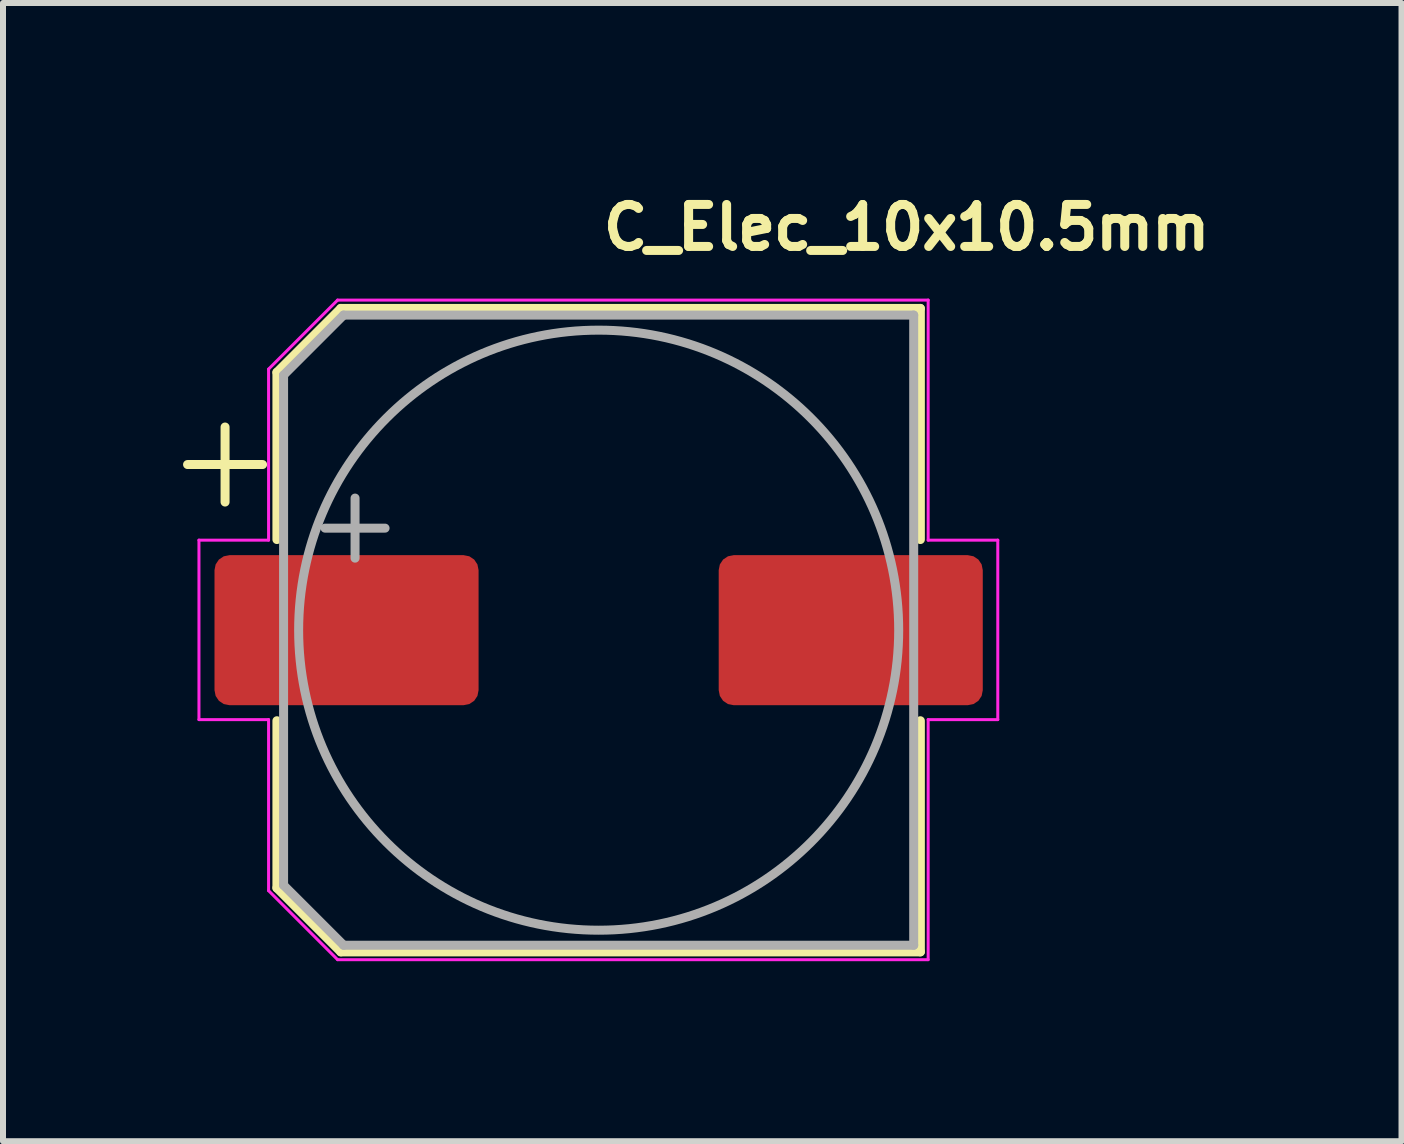
<source format=kicad_pcb>
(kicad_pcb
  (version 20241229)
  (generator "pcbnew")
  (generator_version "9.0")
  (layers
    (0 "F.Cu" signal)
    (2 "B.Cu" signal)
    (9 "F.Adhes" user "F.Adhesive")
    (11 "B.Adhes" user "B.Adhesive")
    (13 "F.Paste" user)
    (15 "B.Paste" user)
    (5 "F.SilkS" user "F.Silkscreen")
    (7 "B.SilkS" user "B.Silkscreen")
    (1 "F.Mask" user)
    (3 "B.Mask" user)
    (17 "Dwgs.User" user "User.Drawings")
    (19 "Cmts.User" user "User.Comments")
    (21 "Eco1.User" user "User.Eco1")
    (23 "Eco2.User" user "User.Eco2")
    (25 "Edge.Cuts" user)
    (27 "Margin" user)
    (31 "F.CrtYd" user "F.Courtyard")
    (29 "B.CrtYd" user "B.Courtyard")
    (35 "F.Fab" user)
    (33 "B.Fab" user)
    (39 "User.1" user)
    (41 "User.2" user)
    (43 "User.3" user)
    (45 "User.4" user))
  (footprint "C_Elec_10x10.5mm"
    (layer "F.Cu")
    (at 6.925 7.45)
    (property "Reference" "C_Elec_10x10.5mm" (at 0 -6.3 0) (layer "F.SilkS") (effects (font (size 0.7 0.7) (thickness 0.15)) (justify left bottom)))
    (attr smd)
    (fp_line (start -6.85 -2.76) (end -5.6 -2.76) (stroke (width 0.15) (type solid)) (layer "F.SilkS"))
    (fp_line (start -6.225 -3.385) (end -6.225 -2.135) (stroke (width 0.15) (type solid)) (layer "F.SilkS"))
    (fp_line (start -5.361 -4.296) (end -5.361 -1.51) (stroke (width 0.15) (type solid)) (layer "F.SilkS"))
    (fp_line (start -5.361 -4.296) (end -4.296 -5.361) (stroke (width 0.15) (type solid)) (layer "F.SilkS"))
    (fp_line (start -5.361 4.295) (end -5.361 1.509) (stroke (width 0.15) (type solid)) (layer "F.SilkS"))
    (fp_line (start -5.361 4.295) (end -4.296 5.36) (stroke (width 0.15) (type solid)) (layer "F.SilkS"))
    (fp_line (start -4.296 -5.361) (end 5.36 -5.361) (stroke (width 0.15) (type solid)) (layer "F.SilkS"))
    (fp_line (start -4.296 5.36) (end 5.36 5.36) (stroke (width 0.15) (type solid)) (layer "F.SilkS"))
    (fp_line (start 5.36 -5.361) (end 5.36 -1.51) (stroke (width 0.15) (type solid)) (layer "F.SilkS"))
    (fp_line (start 5.36 5.36) (end 5.36 1.509) (stroke (width 0.15) (type solid)) (layer "F.SilkS"))
    (fp_line (start -6.66 -1.5) (end -6.66 1.49) (stroke (width 0.05) (type solid)) (layer "F.CrtYd"))
    (fp_line (start -6.66 1.49) (end -5.5 1.49) (stroke (width 0.05) (type solid)) (layer "F.CrtYd"))
    (fp_line (start -5.5 -4.35) (end -5.5 -1.5) (stroke (width 0.05) (type solid)) (layer "F.CrtYd"))
    (fp_line (start -5.5 -4.35) (end -4.35 -5.5) (stroke (width 0.05) (type solid)) (layer "F.CrtYd"))
    (fp_line (start -5.5 -1.5) (end -6.66 -1.5) (stroke (width 0.05) (type solid)) (layer "F.CrtYd"))
    (fp_line (start -5.5 1.49) (end -5.5 4.34) (stroke (width 0.05) (type solid)) (layer "F.CrtYd"))
    (fp_line (start -5.5 4.34) (end -4.35 5.49) (stroke (width 0.05) (type solid)) (layer "F.CrtYd"))
    (fp_line (start -4.35 -5.5) (end 5.49 -5.5) (stroke (width 0.05) (type solid)) (layer "F.CrtYd"))
    (fp_line (start -4.35 5.49) (end 5.49 5.49) (stroke (width 0.05) (type solid)) (layer "F.CrtYd"))
    (fp_line (start 5.49 -5.5) (end 5.49 -1.5) (stroke (width 0.05) (type solid)) (layer "F.CrtYd"))
    (fp_line (start 5.49 -1.5) (end 6.65 -1.5) (stroke (width 0.05) (type solid)) (layer "F.CrtYd"))
    (fp_line (start 5.49 1.49) (end 5.49 5.49) (stroke (width 0.05) (type solid)) (layer "F.CrtYd"))
    (fp_line (start 6.65 -1.5) (end 6.65 1.49) (stroke (width 0.05) (type solid)) (layer "F.CrtYd"))
    (fp_line (start 6.65 1.49) (end 5.49 1.49) (stroke (width 0.05) (type solid)) (layer "F.CrtYd"))
    (fp_line (start -5.25 -4.25) (end -5.25 4.249) (stroke (width 0.15) (type solid)) (layer "F.Fab"))
    (fp_line (start -5.25 -4.25) (end -4.25 -5.25) (stroke (width 0.15) (type solid)) (layer "F.Fab"))
    (fp_line (start -5.25 4.249) (end -4.25 5.249) (stroke (width 0.15) (type solid)) (layer "F.Fab"))
    (fp_line (start -4.559 -1.7) (end -3.559 -1.7) (stroke (width 0.15) (type solid)) (layer "F.Fab"))
    (fp_line (start -4.25 -5.25) (end 5.249 -5.25) (stroke (width 0.15) (type solid)) (layer "F.Fab"))
    (fp_line (start -4.25 5.249) (end 5.249 5.249) (stroke (width 0.15) (type solid)) (layer "F.Fab"))
    (fp_line (start -4.059 -2.201) (end -4.059 -1.2) (stroke (width 0.15) (type solid)) (layer "F.Fab"))
    (fp_line (start 5.249 -5.25) (end 5.249 5.249) (stroke (width 0.15) (type solid)) (layer "F.Fab"))
    (fp_circle (center 0 0) (end 4.999 0) (stroke (width 0.15) (type solid)) (fill no) (layer "F.Fab"))
    (fp_line (start -6 -0.45) (end -6 0.45) (stroke (width 0.01) (type solid)) (layer "User.9"))
    (fp_line (start -6 0.45) (end -5.15 0.45) (stroke (width 0.01) (type solid)) (layer "User.9"))
    (fp_line (start -5.15 -4.15) (end -5.15 -0.719) (stroke (width 0.01) (type solid)) (layer "User.9"))
    (fp_line (start -5.15 -0.719) (end -5.15 0.719) (stroke (width 0.01) (type solid)) (layer "User.9"))
    (fp_line (start -5.15 -0.719) (end -5.116 -0.934) (stroke (width 0.01) (type solid)) (layer "User.9"))
    (fp_line (start -5.15 -0.45) (end -6 -0.45) (stroke (width 0.01) (type solid)) (layer "User.9"))
    (fp_line (start -5.15 0.719) (end -5.15 4.15) (stroke (width 0.01) (type solid)) (layer "User.9"))
    (fp_line (start -5.15 4.15) (end -4.15 5.15) (stroke (width 0.01) (type solid)) (layer "User.9"))
    (fp_line (start -5.116 -0.934) (end -5.073 -1.145) (stroke (width 0.01) (type solid)) (layer "User.9"))
    (fp_line (start -5.116 0.934) (end -5.15 0.719) (stroke (width 0.01) (type solid)) (layer "User.9"))
    (fp_line (start -5.073 -1.145) (end -5.021 -1.353) (stroke (width 0.01) (type solid)) (layer "User.9"))
    (fp_line (start -5.073 1.145) (end -5.116 0.934) (stroke (width 0.01) (type solid)) (layer "User.9"))
    (fp_line (start -5.021 -1.353) (end -4.962 -1.557) (stroke (width 0.01) (type solid)) (layer "User.9"))
    (fp_line (start -5.021 1.353) (end -5.073 1.145) (stroke (width 0.01) (type solid)) (layer "User.9"))
    (fp_line (start -5 0) (end -4.991 -0.297) (stroke (width 0.01) (type solid)) (layer "User.9"))
    (fp_line (start -4.998 0.148) (end -5 0) (stroke (width 0.01) (type solid)) (layer "User.9"))
    (fp_line (start -4.991 0.296) (end -4.998 0.148) (stroke (width 0.01) (type solid)) (layer "User.9"))
    (fp_line (start -4.991 -0.297) (end -4.965 -0.592) (stroke (width 0.01) (type solid)) (layer "User.9"))
    (fp_line (start -4.991 0.297) (end -5 0) (stroke (width 0.01) (type solid)) (layer "User.9"))
    (fp_line (start -4.98 0.444) (end -4.991 0.296) (stroke (width 0.01) (type solid)) (layer "User.9"))
    (fp_line (start -4.965 0.591) (end -4.98 0.444) (stroke (width 0.01) (type solid)) (layer "User.9"))
    (fp_line (start -4.965 -0.592) (end -4.922 -0.883) (stroke (width 0.01) (type solid)) (layer "User.9"))
    (fp_line (start -4.965 0.592) (end -4.991 0.297) (stroke (width 0.01) (type solid)) (layer "User.9"))
    (fp_line (start -4.962 -1.557) (end -4.894 -1.758) (stroke (width 0.01) (type solid)) (layer "User.9"))
    (fp_line (start -4.962 1.557) (end -5.021 1.353) (stroke (width 0.01) (type solid)) (layer "User.9"))
    (fp_line (start -4.945 0.738) (end -4.965 0.591) (stroke (width 0.01) (type solid)) (layer "User.9"))
    (fp_line (start -4.922 0.883) (end -4.965 0.592) (stroke (width 0.01) (type solid)) (layer "User.9"))
    (fp_line (start -4.922 -0.883) (end -4.861 -1.169) (stroke (width 0.01) (type solid)) (layer "User.9"))
    (fp_line (start -4.921 0.885) (end -4.945 0.738) (stroke (width 0.01) (type solid)) (layer "User.9"))
    (fp_line (start -4.894 -1.758) (end -4.819 -1.955) (stroke (width 0.01) (type solid)) (layer "User.9"))
    (fp_line (start -4.894 1.758) (end -4.962 1.557) (stroke (width 0.01) (type solid)) (layer "User.9"))
    (fp_line (start -4.892 1.031) (end -4.921 0.885) (stroke (width 0.01) (type solid)) (layer "User.9"))
    (fp_line (start -4.861 1.169) (end -4.922 0.883) (stroke (width 0.01) (type solid)) (layer "User.9"))
    (fp_line (start -4.861 -1.169) (end -4.785 -1.451) (stroke (width 0.01) (type solid)) (layer "User.9"))
    (fp_line (start -4.859 1.176) (end -4.892 1.031) (stroke (width 0.01) (type solid)) (layer "User.9"))
    (fp_line (start -4.822 1.321) (end -4.859 1.176) (stroke (width 0.01) (type solid)) (layer "User.9"))
    (fp_line (start -4.819 -1.955) (end -4.736 -2.148) (stroke (width 0.01) (type solid)) (layer "User.9"))
    (fp_line (start -4.819 1.955) (end -4.894 1.758) (stroke (width 0.01) (type solid)) (layer "User.9"))
    (fp_line (start -4.785 1.451) (end -4.861 1.169) (stroke (width 0.01) (type solid)) (layer "User.9"))
    (fp_line (start -4.785 -1.451) (end -4.692 -1.727) (stroke (width 0.01) (type solid)) (layer "User.9"))
    (fp_line (start -4.781 1.464) (end -4.822 1.321) (stroke (width 0.01) (type solid)) (layer "User.9"))
    (fp_line (start -4.736 -2.148) (end -4.646 -2.337) (stroke (width 0.01) (type solid)) (layer "User.9"))
    (fp_line (start -4.736 2.148) (end -4.819 1.955) (stroke (width 0.01) (type solid)) (layer "User.9"))
    (fp_line (start -4.735 1.606) (end -4.781 1.464) (stroke (width 0.01) (type solid)) (layer "User.9"))
    (fp_line (start -4.692 1.727) (end -4.785 1.451) (stroke (width 0.01) (type solid)) (layer "User.9"))
    (fp_line (start -4.692 -1.727) (end -4.584 -1.997) (stroke (width 0.01) (type solid)) (layer "User.9"))
    (fp_line (start -4.685 1.747) (end -4.735 1.606) (stroke (width 0.01) (type solid)) (layer "User.9"))
    (fp_line (start -4.646 -2.337) (end -4.548 -2.522) (stroke (width 0.01) (type solid)) (layer "User.9"))
    (fp_line (start -4.646 2.337) (end -4.736 2.148) (stroke (width 0.01) (type solid)) (layer "User.9"))
    (fp_line (start -4.631 1.886) (end -4.685 1.747) (stroke (width 0.01) (type solid)) (layer "User.9"))
    (fp_line (start -4.584 1.997) (end -4.692 1.727) (stroke (width 0.01) (type solid)) (layer "User.9"))
    (fp_line (start -4.584 -1.997) (end -4.46 -2.259) (stroke (width 0.01) (type solid)) (layer "User.9"))
    (fp_line (start -4.572 2.024) (end -4.631 1.886) (stroke (width 0.01) (type solid)) (layer "User.9"))
    (fp_line (start -4.548 -2.522) (end -4.443 -2.702) (stroke (width 0.01) (type solid)) (layer "User.9"))
    (fp_line (start -4.548 2.522) (end -4.646 2.337) (stroke (width 0.01) (type solid)) (layer "User.9"))
    (fp_line (start -4.518 -2.142) (end -4.447 -2.285) (stroke (width 0.01) (type solid)) (layer "User.9"))
    (fp_line (start -4.518 -2.142) (end -4.438 -2.304) (stroke (width 0.01) (type solid)) (layer "User.9"))
    (fp_line (start -4.51 2.16) (end -4.572 2.024) (stroke (width 0.01) (type solid)) (layer "User.9"))
    (fp_line (start -4.46 2.259) (end -4.584 1.997) (stroke (width 0.01) (type solid)) (layer "User.9"))
    (fp_line (start -4.46 -2.259) (end -4.322 -2.515) (stroke (width 0.01) (type solid)) (layer "User.9"))
    (fp_line (start -4.447 -2.285) (end -4.372 -2.427) (stroke (width 0.01) (type solid)) (layer "User.9"))
    (fp_line (start -4.447 2.285) (end -4.518 2.142) (stroke (width 0.01) (type solid)) (layer "User.9"))
    (fp_line (start -4.443 -2.702) (end -4.332 -2.877) (stroke (width 0.01) (type solid)) (layer "User.9"))
    (fp_line (start -4.443 2.702) (end -4.548 2.522) (stroke (width 0.01) (type solid)) (layer "User.9"))
    (fp_line (start -4.443 2.294) (end -4.51 2.16) (stroke (width 0.01) (type solid)) (layer "User.9"))
    (fp_line (start -4.443 2.294) (end -4.443 2.294) (stroke (width 0.01) (type solid)) (layer "User.9"))
    (fp_line (start -4.438 -2.304) (end -4.351 -2.464) (stroke (width 0.01) (type solid)) (layer "User.9"))
    (fp_line (start -4.372 2.426) (end -4.443 2.294) (stroke (width 0.01) (type solid)) (layer "User.9"))
    (fp_line (start -4.372 -2.427) (end -4.291 -2.566) (stroke (width 0.01) (type solid)) (layer "User.9"))
    (fp_line (start -4.372 2.427) (end -4.447 2.285) (stroke (width 0.01) (type solid)) (layer "User.9"))
    (fp_line (start -4.351 -2.464) (end -4.259 -2.62) (stroke (width 0.01) (type solid)) (layer "User.9"))
    (fp_line (start -4.332 -2.877) (end -4.214 -3.048) (stroke (width 0.01) (type solid)) (layer "User.9"))
    (fp_line (start -4.332 2.877) (end -4.443 2.702) (stroke (width 0.01) (type solid)) (layer "User.9"))
    (fp_line (start -4.322 2.515) (end -4.46 2.259) (stroke (width 0.01) (type solid)) (layer "User.9"))
    (fp_line (start -4.322 -2.515) (end -4.168 -2.762) (stroke (width 0.01) (type solid)) (layer "User.9"))
    (fp_line (start -4.297 2.556) (end -4.372 2.426) (stroke (width 0.01) (type solid)) (layer "User.9"))
    (fp_line (start -4.291 -2.566) (end -4.207 -2.703) (stroke (width 0.01) (type solid)) (layer "User.9"))
    (fp_line (start -4.291 2.566) (end -4.372 2.427) (stroke (width 0.01) (type solid)) (layer "User.9"))
    (fp_line (start -4.259 -2.62) (end -4.161 -2.773) (stroke (width 0.01) (type solid)) (layer "User.9"))
    (fp_line (start -4.219 2.684) (end -4.297 2.556) (stroke (width 0.01) (type solid)) (layer "User.9"))
    (fp_line (start -4.214 -3.048) (end -4.089 -3.213) (stroke (width 0.01) (type solid)) (layer "User.9"))
    (fp_line (start -4.214 3.048) (end -4.332 2.877) (stroke (width 0.01) (type solid)) (layer "User.9"))
    (fp_line (start -4.207 -2.703) (end -4.118 -2.836) (stroke (width 0.01) (type solid)) (layer "User.9"))
    (fp_line (start -4.207 2.703) (end -4.291 2.566) (stroke (width 0.01) (type solid)) (layer "User.9"))
    (fp_line (start -4.168 2.762) (end -4.322 2.515) (stroke (width 0.01) (type solid)) (layer "User.9"))
    (fp_line (start -4.168 -2.762) (end -4 -2.999) (stroke (width 0.01) (type solid)) (layer "User.9"))
    (fp_line (start -4.161 -2.773) (end -4.057 -2.922) (stroke (width 0.01) (type solid)) (layer "User.9"))
    (fp_line (start -4.15 -5.15) (end -5.15 -4.15) (stroke (width 0.01) (type solid)) (layer "User.9"))
    (fp_line (start -4.136 2.809) (end -4.219 2.684) (stroke (width 0.01) (type solid)) (layer "User.9"))
    (fp_line (start -4.118 -2.836) (end -4.024 -2.967) (stroke (width 0.01) (type solid)) (layer "User.9"))
    (fp_line (start -4.118 2.836) (end -4.207 2.703) (stroke (width 0.01) (type solid)) (layer "User.9"))
    (fp_line (start -4.089 -3.213) (end -3.958 -3.373) (stroke (width 0.01) (type solid)) (layer "User.9"))
    (fp_line (start -4.089 3.213) (end -4.214 3.048) (stroke (width 0.01) (type solid)) (layer "User.9"))
    (fp_line (start -4.057 -2.922) (end -3.948 -3.068) (stroke (width 0.01) (type solid)) (layer "User.9"))
    (fp_line (start -4.05 2.932) (end -4.136 2.809) (stroke (width 0.01) (type solid)) (layer "User.9"))
    (fp_line (start -4.024 -2.967) (end -3.927 -3.095) (stroke (width 0.01) (type solid)) (layer "User.9"))
    (fp_line (start -4.024 2.967) (end -4.118 2.836) (stroke (width 0.01) (type solid)) (layer "User.9"))
    (fp_line (start -4 2.999) (end -4.168 2.762) (stroke (width 0.01) (type solid)) (layer "User.9"))
    (fp_line (start -4 -2.999) (end -3.819 -3.228) (stroke (width 0.01) (type solid)) (layer "User.9"))
    (fp_line (start -3.96 3.052) (end -4.05 2.932) (stroke (width 0.01) (type solid)) (layer "User.9"))
    (fp_line (start -3.958 -3.373) (end -3.677 -3.677) (stroke (width 0.01) (type solid)) (layer "User.9"))
    (fp_line (start -3.958 3.373) (end -4.089 3.213) (stroke (width 0.01) (type solid)) (layer "User.9"))
    (fp_line (start -3.948 -3.068) (end -3.834 -3.209) (stroke (width 0.01) (type solid)) (layer "User.9"))
    (fp_line (start -3.927 -3.095) (end -3.825 -3.22) (stroke (width 0.01) (type solid)) (layer "User.9"))
    (fp_line (start -3.927 3.095) (end -4.024 2.967) (stroke (width 0.01) (type solid)) (layer "User.9"))
    (fp_line (start -3.867 3.17) (end -3.96 3.052) (stroke (width 0.01) (type solid)) (layer "User.9"))
    (fp_line (start -3.834 -3.209) (end -3.715 -3.346) (stroke (width 0.01) (type solid)) (layer "User.9"))
    (fp_line (start -3.825 -3.22) (end -3.72 -3.341) (stroke (width 0.01) (type solid)) (layer "User.9"))
    (fp_line (start -3.825 3.22) (end -3.927 3.095) (stroke (width 0.01) (type solid)) (layer "User.9"))
    (fp_line (start -3.819 3.228) (end -4 2.999) (stroke (width 0.01) (type solid)) (layer "User.9"))
    (fp_line (start -3.819 -3.228) (end -3.623 -3.446) (stroke (width 0.01) (type solid)) (layer "User.9"))
    (fp_line (start -3.77 3.284) (end -3.867 3.17) (stroke (width 0.01) (type solid)) (layer "User.9"))
    (fp_line (start -3.72 -3.341) (end -3.61 -3.459) (stroke (width 0.01) (type solid)) (layer "User.9"))
    (fp_line (start -3.72 3.341) (end -3.825 3.22) (stroke (width 0.01) (type solid)) (layer "User.9"))
    (fp_line (start -3.715 -3.346) (end -3.59 -3.479) (stroke (width 0.01) (type solid)) (layer "User.9"))
    (fp_line (start -3.677 -3.677) (end -3.373 -3.958) (stroke (width 0.01) (type solid)) (layer "User.9"))
    (fp_line (start -3.677 3.677) (end -3.958 3.373) (stroke (width 0.01) (type solid)) (layer "User.9"))
    (fp_line (start -3.669 3.396) (end -3.77 3.284) (stroke (width 0.01) (type solid)) (layer "User.9"))
    (fp_line (start -3.623 3.446) (end -3.819 3.228) (stroke (width 0.01) (type solid)) (layer "User.9"))
    (fp_line (start -3.623 -3.446) (end -3.414 -3.653) (stroke (width 0.01) (type solid)) (layer "User.9"))
    (fp_line (start -3.61 -3.459) (end -3.497 -3.574) (stroke (width 0.01) (type solid)) (layer "User.9"))
    (fp_line (start -3.61 3.459) (end -3.72 3.341) (stroke (width 0.01) (type solid)) (layer "User.9"))
    (fp_line (start -3.59 -3.479) (end -3.462 -3.608) (stroke (width 0.01) (type solid)) (layer "User.9"))
    (fp_line (start -3.566 3.505) (end -3.669 3.396) (stroke (width 0.01) (type solid)) (layer "User.9"))
    (fp_line (start -3.497 -3.574) (end -3.38 -3.684) (stroke (width 0.01) (type solid)) (layer "User.9"))
    (fp_line (start -3.497 3.574) (end -3.61 3.459) (stroke (width 0.01) (type solid)) (layer "User.9"))
    (fp_line (start -3.462 -3.608) (end -3.328 -3.732) (stroke (width 0.01) (type solid)) (layer "User.9"))
    (fp_line (start -3.459 3.611) (end -3.566 3.505) (stroke (width 0.01) (type solid)) (layer "User.9"))
    (fp_line (start -3.414 3.653) (end -3.623 3.446) (stroke (width 0.01) (type solid)) (layer "User.9"))
    (fp_line (start -3.414 -3.653) (end -3.193 -3.848) (stroke (width 0.01) (type solid)) (layer "User.9"))
    (fp_line (start -3.38 -3.684) (end -3.26 -3.791) (stroke (width 0.01) (type solid)) (layer "User.9"))
    (fp_line (start -3.38 3.684) (end -3.497 3.574) (stroke (width 0.01) (type solid)) (layer "User.9"))
    (fp_line (start -3.373 -3.958) (end -3.213 -4.089) (stroke (width 0.01) (type solid)) (layer "User.9"))
    (fp_line (start -3.373 3.958) (end -3.677 3.677) (stroke (width 0.01) (type solid)) (layer "User.9"))
    (fp_line (start -3.349 3.713) (end -3.459 3.611) (stroke (width 0.01) (type solid)) (layer "User.9"))
    (fp_line (start -3.328 -3.732) (end -3.19 -3.85) (stroke (width 0.01) (type solid)) (layer "User.9"))
    (fp_line (start -3.26 -3.791) (end -3.136 -3.894) (stroke (width 0.01) (type solid)) (layer "User.9"))
    (fp_line (start -3.26 3.791) (end -3.38 3.684) (stroke (width 0.01) (type solid)) (layer "User.9"))
    (fp_line (start -3.236 3.812) (end -3.349 3.713) (stroke (width 0.01) (type solid)) (layer "User.9"))
    (fp_line (start -3.213 -4.089) (end -3.048 -4.214) (stroke (width 0.01) (type solid)) (layer "User.9"))
    (fp_line (start -3.213 4.089) (end -3.373 3.958) (stroke (width 0.01) (type solid)) (layer "User.9"))
    (fp_line (start -3.193 3.848) (end -3.414 3.653) (stroke (width 0.01) (type solid)) (layer "User.9"))
    (fp_line (start -3.193 -3.848) (end -2.958 -4.031) (stroke (width 0.01) (type solid)) (layer "User.9"))
    (fp_line (start -3.19 -3.85) (end -3.048 -3.964) (stroke (width 0.01) (type solid)) (layer "User.9"))
    (fp_line (start -3.136 -3.894) (end -3.009 -3.993) (stroke (width 0.01) (type solid)) (layer "User.9"))
    (fp_line (start -3.136 3.894) (end -3.26 3.791) (stroke (width 0.01) (type solid)) (layer "User.9"))
    (fp_line (start -3.12 3.908) (end -3.236 3.812) (stroke (width 0.01) (type solid)) (layer "User.9"))
    (fp_line (start -3.048 -3.964) (end -2.902 -4.072) (stroke (width 0.01) (type solid)) (layer "User.9"))
    (fp_line (start -3.048 -4.214) (end -2.877 -4.332) (stroke (width 0.01) (type solid)) (layer "User.9"))
    (fp_line (start -3.048 4.214) (end -3.213 4.089) (stroke (width 0.01) (type solid)) (layer "User.9"))
    (fp_line (start -3.009 -3.993) (end -2.879 -4.088) (stroke (width 0.01) (type solid)) (layer "User.9"))
    (fp_line (start -3.009 3.993) (end -3.136 3.894) (stroke (width 0.01) (type solid)) (layer "User.9"))
    (fp_line (start -3.001 4) (end -3.12 3.908) (stroke (width 0.01) (type solid)) (layer "User.9"))
    (fp_line (start -2.958 4.031) (end -3.193 3.848) (stroke (width 0.01) (type solid)) (layer "User.9"))
    (fp_line (start -2.958 4.031) (end -2.958 4.031) (stroke (width 0.01) (type solid)) (layer "User.9"))
    (fp_line (start -2.958 -4.031) (end -2.958 -4.031) (stroke (width 0.01) (type solid)) (layer "User.9"))
    (fp_line (start -2.958 -4.031) (end -2.713 -4.2) (stroke (width 0.01) (type solid)) (layer "User.9"))
    (fp_line (start -2.902 -4.072) (end -2.751 -4.175) (stroke (width 0.01) (type solid)) (layer "User.9"))
    (fp_line (start -2.879 4.088) (end -3.009 3.993) (stroke (width 0.01) (type solid)) (layer "User.9"))
    (fp_line (start -2.879 4.088) (end -3.001 4) (stroke (width 0.01) (type solid)) (layer "User.9"))
    (fp_line (start -2.877 -4.332) (end -2.702 -4.443) (stroke (width 0.01) (type solid)) (layer "User.9"))
    (fp_line (start -2.877 4.332) (end -3.048 4.214) (stroke (width 0.01) (type solid)) (layer "User.9"))
    (fp_line (start -2.751 -4.175) (end -2.597 -4.273) (stroke (width 0.01) (type solid)) (layer "User.9"))
    (fp_line (start -2.713 4.2) (end -2.958 4.031) (stroke (width 0.01) (type solid)) (layer "User.9"))
    (fp_line (start -2.713 -4.2) (end -2.46 -4.353) (stroke (width 0.01) (type solid)) (layer "User.9"))
    (fp_line (start -2.702 -4.443) (end -2.522 -4.548) (stroke (width 0.01) (type solid)) (layer "User.9"))
    (fp_line (start -2.702 4.443) (end -2.877 4.332) (stroke (width 0.01) (type solid)) (layer "User.9"))
    (fp_line (start -2.597 -4.273) (end -2.597 -4.273) (stroke (width 0.01) (type solid)) (layer "User.9"))
    (fp_line (start -2.597 -4.273) (end -2.44 -4.364) (stroke (width 0.01) (type solid)) (layer "User.9"))
    (fp_line (start -2.522 -4.548) (end -2.337 -4.646) (stroke (width 0.01) (type solid)) (layer "User.9"))
    (fp_line (start -2.522 4.548) (end -2.702 4.443) (stroke (width 0.01) (type solid)) (layer "User.9"))
    (fp_line (start -2.46 4.353) (end -2.713 4.2) (stroke (width 0.01) (type solid)) (layer "User.9"))
    (fp_line (start -2.46 -4.353) (end -2.2 -4.49) (stroke (width 0.01) (type solid)) (layer "User.9"))
    (fp_line (start -2.44 -4.364) (end -2.279 -4.451) (stroke (width 0.01) (type solid)) (layer "User.9"))
    (fp_line (start -2.337 -4.646) (end -2.148 -4.736) (stroke (width 0.01) (type solid)) (layer "User.9"))
    (fp_line (start -2.337 4.646) (end -2.522 4.548) (stroke (width 0.01) (type solid)) (layer "User.9"))
    (fp_line (start -2.279 -4.451) (end -2.116 -4.531) (stroke (width 0.01) (type solid)) (layer "User.9"))
    (fp_line (start -2.2 4.49) (end -2.46 4.353) (stroke (width 0.01) (type solid)) (layer "User.9"))
    (fp_line (start -2.2 -4.49) (end -1.934 -4.611) (stroke (width 0.01) (type solid)) (layer "User.9"))
    (fp_line (start -2.148 -4.736) (end -1.955 -4.819) (stroke (width 0.01) (type solid)) (layer "User.9"))
    (fp_line (start -2.148 4.736) (end -2.337 4.646) (stroke (width 0.01) (type solid)) (layer "User.9"))
    (fp_line (start -2.116 -4.531) (end -1.949 -4.604) (stroke (width 0.01) (type solid)) (layer "User.9"))
    (fp_line (start -1.955 -4.819) (end -1.758 -4.894) (stroke (width 0.01) (type solid)) (layer "User.9"))
    (fp_line (start -1.955 4.819) (end -2.148 4.736) (stroke (width 0.01) (type solid)) (layer "User.9"))
    (fp_line (start -1.949 -4.604) (end -1.78 -4.672) (stroke (width 0.01) (type solid)) (layer "User.9"))
    (fp_line (start -1.934 4.611) (end -2.2 4.49) (stroke (width 0.01) (type solid)) (layer "User.9"))
    (fp_line (start -1.934 -4.611) (end -1.661 -4.716) (stroke (width 0.01) (type solid)) (layer "User.9"))
    (fp_line (start -1.78 -4.672) (end -1.609 -4.734) (stroke (width 0.01) (type solid)) (layer "User.9"))
    (fp_line (start -1.758 -4.894) (end -1.557 -4.962) (stroke (width 0.01) (type solid)) (layer "User.9"))
    (fp_line (start -1.758 4.894) (end -1.955 4.819) (stroke (width 0.01) (type solid)) (layer "User.9"))
    (fp_line (start -1.661 4.716) (end -1.934 4.611) (stroke (width 0.01) (type solid)) (layer "User.9"))
    (fp_line (start -1.661 -4.716) (end -1.384 -4.805) (stroke (width 0.01) (type solid)) (layer "User.9"))
    (fp_line (start -1.609 -4.734) (end -1.436 -4.789) (stroke (width 0.01) (type solid)) (layer "User.9"))
    (fp_line (start -1.557 -4.962) (end -1.353 -5.021) (stroke (width 0.01) (type solid)) (layer "User.9"))
    (fp_line (start -1.557 4.962) (end -1.758 4.894) (stroke (width 0.01) (type solid)) (layer "User.9"))
    (fp_line (start -1.436 -4.789) (end -1.26 -4.838) (stroke (width 0.01) (type solid)) (layer "User.9"))
    (fp_line (start -1.384 4.805) (end -1.661 4.716) (stroke (width 0.01) (type solid)) (layer "User.9"))
    (fp_line (start -1.384 -4.805) (end -1.102 -4.877) (stroke (width 0.01) (type solid)) (layer "User.9"))
    (fp_line (start -1.353 -5.021) (end -1.145 -5.073) (stroke (width 0.01) (type solid)) (layer "User.9"))
    (fp_line (start -1.353 5.021) (end -1.557 4.962) (stroke (width 0.01) (type solid)) (layer "User.9"))
    (fp_line (start -1.26 -4.838) (end -1.084 -4.881) (stroke (width 0.01) (type solid)) (layer "User.9"))
    (fp_line (start -1.145 -5.073) (end -0.934 -5.116) (stroke (width 0.01) (type solid)) (layer "User.9"))
    (fp_line (start -1.145 5.073) (end -1.353 5.021) (stroke (width 0.01) (type solid)) (layer "User.9"))
    (fp_line (start -1.102 4.877) (end -1.384 4.805) (stroke (width 0.01) (type solid)) (layer "User.9"))
    (fp_line (start -1.102 -4.877) (end -0.817 -4.933) (stroke (width 0.01) (type solid)) (layer "User.9"))
    (fp_line (start -1.084 -4.881) (end -0.905 -4.917) (stroke (width 0.01) (type solid)) (layer "User.9"))
    (fp_line (start -0.934 -5.116) (end -0.719 -5.15) (stroke (width 0.01) (type solid)) (layer "User.9"))
    (fp_line (start -0.934 5.116) (end -1.145 5.073) (stroke (width 0.01) (type solid)) (layer "User.9"))
    (fp_line (start -0.905 -4.917) (end -0.726 -4.947) (stroke (width 0.01) (type solid)) (layer "User.9"))
    (fp_line (start -0.817 4.933) (end -1.102 4.877) (stroke (width 0.01) (type solid)) (layer "User.9"))
    (fp_line (start -0.817 -4.933) (end -0.529 -4.972) (stroke (width 0.01) (type solid)) (layer "User.9"))
    (fp_line (start -0.726 -4.947) (end -0.545 -4.97) (stroke (width 0.01) (type solid)) (layer "User.9"))
    (fp_line (start -0.719 -5.15) (end -4.15 -5.15) (stroke (width 0.01) (type solid)) (layer "User.9"))
    (fp_line (start -0.719 5.15) (end -4.15 5.15) (stroke (width 0.01) (type solid)) (layer "User.9"))
    (fp_line (start -0.719 5.15) (end -0.934 5.116) (stroke (width 0.01) (type solid)) (layer "User.9"))
    (fp_line (start -0.719 5.15) (end 0.719 5.15) (stroke (width 0.01) (type solid)) (layer "User.9"))
    (fp_line (start -0.545 -4.97) (end -0.364 -4.987) (stroke (width 0.01) (type solid)) (layer "User.9"))
    (fp_line (start -0.529 4.972) (end -0.817 4.933) (stroke (width 0.01) (type solid)) (layer "User.9"))
    (fp_line (start -0.529 -4.972) (end -0.24 -4.994) (stroke (width 0.01) (type solid)) (layer "User.9"))
    (fp_line (start -0.364 -4.987) (end -0.182 -4.997) (stroke (width 0.01) (type solid)) (layer "User.9"))
    (fp_line (start -0.24 4.994) (end -0.529 4.972) (stroke (width 0.01) (type solid)) (layer "User.9"))
    (fp_line (start -0.24 -4.994) (end 0.052 -5) (stroke (width 0.01) (type solid)) (layer "User.9"))
    (fp_line (start -0.182 -4.997) (end -0.000445 -5) (stroke (width 0.01) (type solid)) (layer "User.9"))
    (fp_line (start -0.000445 -5) (end 0.181 -4.997) (stroke (width 0.01) (type solid)) (layer "User.9"))
    (fp_line (start 0.052 5) (end -0.24 4.994) (stroke (width 0.01) (type solid)) (layer "User.9"))
    (fp_line (start 0.052 -5) (end 0.343 -4.988) (stroke (width 0.01) (type solid)) (layer "User.9"))
    (fp_line (start 0.181 -4.997) (end 0.181 -4.997) (stroke (width 0.01) (type solid)) (layer "User.9"))
    (fp_line (start 0.181 -4.997) (end 0.363 -4.987) (stroke (width 0.01) (type solid)) (layer "User.9"))
    (fp_line (start 0.343 4.988) (end 0.052 5) (stroke (width 0.01) (type solid)) (layer "User.9"))
    (fp_line (start 0.343 -4.988) (end 0.635 -4.96) (stroke (width 0.01) (type solid)) (layer "User.9"))
    (fp_line (start 0.363 -4.987) (end 0.544 -4.971) (stroke (width 0.01) (type solid)) (layer "User.9"))
    (fp_line (start 0.544 -4.971) (end 0.725 -4.947) (stroke (width 0.01) (type solid)) (layer "User.9"))
    (fp_line (start 0.635 4.96) (end 0.343 4.988) (stroke (width 0.01) (type solid)) (layer "User.9"))
    (fp_line (start 0.635 -4.96) (end 0.925 -4.914) (stroke (width 0.01) (type solid)) (layer "User.9"))
    (fp_line (start 0.719 -5.15) (end -0.719 -5.15) (stroke (width 0.01) (type solid)) (layer "User.9"))
    (fp_line (start 0.719 5.15) (end 0.934 5.116) (stroke (width 0.01) (type solid)) (layer "User.9"))
    (fp_line (start 0.719 5.15) (end 4.75 5.15) (stroke (width 0.01) (type solid)) (layer "User.9"))
    (fp_line (start 0.725 -4.947) (end 0.904 -4.918) (stroke (width 0.01) (type solid)) (layer "User.9"))
    (fp_line (start 0.904 -4.918) (end 1.082 -4.882) (stroke (width 0.01) (type solid)) (layer "User.9"))
    (fp_line (start 0.925 4.914) (end 0.635 4.96) (stroke (width 0.01) (type solid)) (layer "User.9"))
    (fp_line (start 0.925 -4.914) (end 1.214 -4.85) (stroke (width 0.01) (type solid)) (layer "User.9"))
    (fp_line (start 0.934 5.116) (end 1.145 5.073) (stroke (width 0.01) (type solid)) (layer "User.9"))
    (fp_line (start 0.934 -5.116) (end 0.719 -5.15) (stroke (width 0.01) (type solid)) (layer "User.9"))
    (fp_line (start 1.082 -4.882) (end 1.259 -4.839) (stroke (width 0.01) (type solid)) (layer "User.9"))
    (fp_line (start 1.145 5.073) (end 1.353 5.021) (stroke (width 0.01) (type solid)) (layer "User.9"))
    (fp_line (start 1.145 -5.073) (end 0.934 -5.116) (stroke (width 0.01) (type solid)) (layer "User.9"))
    (fp_line (start 1.214 4.85) (end 0.925 4.914) (stroke (width 0.01) (type solid)) (layer "User.9"))
    (fp_line (start 1.214 -4.85) (end 1.5 -4.77) (stroke (width 0.01) (type solid)) (layer "User.9"))
    (fp_line (start 1.259 -4.839) (end 1.434 -4.79) (stroke (width 0.01) (type solid)) (layer "User.9"))
    (fp_line (start 1.353 5.021) (end 1.557 4.962) (stroke (width 0.01) (type solid)) (layer "User.9"))
    (fp_line (start 1.353 -5.021) (end 1.145 -5.073) (stroke (width 0.01) (type solid)) (layer "User.9"))
    (fp_line (start 1.434 -4.79) (end 1.607 -4.735) (stroke (width 0.01) (type solid)) (layer "User.9"))
    (fp_line (start 1.5 -4.77) (end 1.693 -4.705) (stroke (width 0.01) (type solid)) (layer "User.9"))
    (fp_line (start 1.5 4.77) (end 1.214 4.85) (stroke (width 0.01) (type solid)) (layer "User.9"))
    (fp_line (start 1.557 4.962) (end 1.758 4.894) (stroke (width 0.01) (type solid)) (layer "User.9"))
    (fp_line (start 1.557 -4.962) (end 1.353 -5.021) (stroke (width 0.01) (type solid)) (layer "User.9"))
    (fp_line (start 1.607 -4.735) (end 1.778 -4.673) (stroke (width 0.01) (type solid)) (layer "User.9"))
    (fp_line (start 1.693 -4.705) (end 1.883 -4.632) (stroke (width 0.01) (type solid)) (layer "User.9"))
    (fp_line (start 1.758 4.894) (end 1.955 4.819) (stroke (width 0.01) (type solid)) (layer "User.9"))
    (fp_line (start 1.758 -4.894) (end 1.557 -4.962) (stroke (width 0.01) (type solid)) (layer "User.9"))
    (fp_line (start 1.778 -4.673) (end 1.947 -4.605) (stroke (width 0.01) (type solid)) (layer "User.9"))
    (fp_line (start 1.883 4.632) (end 1.5 4.77) (stroke (width 0.01) (type solid)) (layer "User.9"))
    (fp_line (start 1.883 -4.632) (end 2.068 -4.553) (stroke (width 0.01) (type solid)) (layer "User.9"))
    (fp_line (start 1.947 -4.605) (end 2.113 -4.532) (stroke (width 0.01) (type solid)) (layer "User.9"))
    (fp_line (start 1.955 4.819) (end 2.148 4.736) (stroke (width 0.01) (type solid)) (layer "User.9"))
    (fp_line (start 1.955 -4.819) (end 1.758 -4.894) (stroke (width 0.01) (type solid)) (layer "User.9"))
    (fp_line (start 2.068 -4.553) (end 2.248 -4.466) (stroke (width 0.01) (type solid)) (layer "User.9"))
    (fp_line (start 2.113 -4.532) (end 2.276 -4.452) (stroke (width 0.01) (type solid)) (layer "User.9"))
    (fp_line (start 2.148 4.736) (end 2.337 4.646) (stroke (width 0.01) (type solid)) (layer "User.9"))
    (fp_line (start 2.148 -4.736) (end 1.955 -4.819) (stroke (width 0.01) (type solid)) (layer "User.9"))
    (fp_line (start 2.187 -4.496) (end 2.395 -4.39) (stroke (width 0.01) (type solid)) (layer "User.9"))
    (fp_line (start 2.248 4.466) (end 1.883 4.632) (stroke (width 0.01) (type solid)) (layer "User.9"))
    (fp_line (start 2.248 -4.466) (end 2.425 -4.373) (stroke (width 0.01) (type solid)) (layer "User.9"))
    (fp_line (start 2.276 -4.452) (end 2.436 -4.367) (stroke (width 0.01) (type solid)) (layer "User.9"))
    (fp_line (start 2.337 4.646) (end 2.522 4.548) (stroke (width 0.01) (type solid)) (layer "User.9"))
    (fp_line (start 2.337 -4.646) (end 2.148 -4.736) (stroke (width 0.01) (type solid)) (layer "User.9"))
    (fp_line (start 2.395 -4.39) (end 2.597 -4.273) (stroke (width 0.01) (type solid)) (layer "User.9"))
    (fp_line (start 2.395 4.39) (end 2.187 4.496) (stroke (width 0.01) (type solid)) (layer "User.9"))
    (fp_line (start 2.395 4.39) (end 2.187 4.496) (stroke (width 0.01) (type solid)) (layer "User.9"))
    (fp_line (start 2.425 -4.373) (end 2.596 -4.273) (stroke (width 0.01) (type solid)) (layer "User.9"))
    (fp_line (start 2.436 -4.367) (end 2.593 -4.275) (stroke (width 0.01) (type solid)) (layer "User.9"))
    (fp_line (start 2.522 4.548) (end 2.702 4.443) (stroke (width 0.01) (type solid)) (layer "User.9"))
    (fp_line (start 2.522 -4.548) (end 2.337 -4.646) (stroke (width 0.01) (type solid)) (layer "User.9"))
    (fp_line (start 2.593 -4.275) (end 2.747 -4.178) (stroke (width 0.01) (type solid)) (layer "User.9"))
    (fp_line (start 2.596 4.273) (end 2.248 4.466) (stroke (width 0.01) (type solid)) (layer "User.9"))
    (fp_line (start 2.596 -4.273) (end 2.764 -4.167) (stroke (width 0.01) (type solid)) (layer "User.9"))
    (fp_line (start 2.597 -4.273) (end 2.794 -4.148) (stroke (width 0.01) (type solid)) (layer "User.9"))
    (fp_line (start 2.597 4.273) (end 2.395 4.39) (stroke (width 0.01) (type solid)) (layer "User.9"))
    (fp_line (start 2.597 4.273) (end 2.395 4.39) (stroke (width 0.01) (type solid)) (layer "User.9"))
    (fp_line (start 2.702 4.443) (end 2.877 4.332) (stroke (width 0.01) (type solid)) (layer "User.9"))
    (fp_line (start 2.702 -4.443) (end 2.522 -4.548) (stroke (width 0.01) (type solid)) (layer "User.9"))
    (fp_line (start 2.747 -4.178) (end 2.897 -4.076) (stroke (width 0.01) (type solid)) (layer "User.9"))
    (fp_line (start 2.764 -4.167) (end 2.926 -4.055) (stroke (width 0.01) (type solid)) (layer "User.9"))
    (fp_line (start 2.794 -4.148) (end 2.984 -4.013) (stroke (width 0.01) (type solid)) (layer "User.9"))
    (fp_line (start 2.794 4.148) (end 2.597 4.273) (stroke (width 0.01) (type solid)) (layer "User.9"))
    (fp_line (start 2.794 4.148) (end 2.597 4.273) (stroke (width 0.01) (type solid)) (layer "User.9"))
    (fp_line (start 2.877 4.332) (end 3.048 4.214) (stroke (width 0.01) (type solid)) (layer "User.9"))
    (fp_line (start 2.877 -4.332) (end 2.702 -4.443) (stroke (width 0.01) (type solid)) (layer "User.9"))
    (fp_line (start 2.897 -4.076) (end 2.897 -4.076) (stroke (width 0.01) (type solid)) (layer "User.9"))
    (fp_line (start 2.897 -4.076) (end 3.043 -3.968) (stroke (width 0.01) (type solid)) (layer "User.9"))
    (fp_line (start 2.926 4.055) (end 2.596 4.273) (stroke (width 0.01) (type solid)) (layer "User.9"))
    (fp_line (start 2.926 -4.055) (end 3.083 -3.937) (stroke (width 0.01) (type solid)) (layer "User.9"))
    (fp_line (start 2.984 -4.013) (end 3.167 -3.869) (stroke (width 0.01) (type solid)) (layer "User.9"))
    (fp_line (start 2.984 4.013) (end 2.794 4.148) (stroke (width 0.01) (type solid)) (layer "User.9"))
    (fp_line (start 2.984 4.013) (end 2.794 4.148) (stroke (width 0.01) (type solid)) (layer "User.9"))
    (fp_line (start 3.043 -3.968) (end 3.185 -3.855) (stroke (width 0.01) (type solid)) (layer "User.9"))
    (fp_line (start 3.048 4.214) (end 3.213 4.089) (stroke (width 0.01) (type solid)) (layer "User.9"))
    (fp_line (start 3.048 -4.214) (end 2.877 -4.332) (stroke (width 0.01) (type solid)) (layer "User.9"))
    (fp_line (start 3.083 -3.937) (end 3.235 -3.813) (stroke (width 0.01) (type solid)) (layer "User.9"))
    (fp_line (start 3.167 -3.869) (end 3.344 -3.717) (stroke (width 0.01) (type solid)) (layer "User.9"))
    (fp_line (start 3.167 3.869) (end 2.984 4.013) (stroke (width 0.01) (type solid)) (layer "User.9"))
    (fp_line (start 3.167 3.869) (end 2.984 4.013) (stroke (width 0.01) (type solid)) (layer "User.9"))
    (fp_line (start 3.185 -3.855) (end 3.323 -3.736) (stroke (width 0.01) (type solid)) (layer "User.9"))
    (fp_line (start 3.213 4.089) (end 3.373 3.958) (stroke (width 0.01) (type solid)) (layer "User.9"))
    (fp_line (start 3.213 -4.089) (end 3.048 -4.214) (stroke (width 0.01) (type solid)) (layer "User.9"))
    (fp_line (start 3.235 3.813) (end 2.926 4.055) (stroke (width 0.01) (type solid)) (layer "User.9"))
    (fp_line (start 3.235 -3.813) (end 3.382 -3.683) (stroke (width 0.01) (type solid)) (layer "User.9"))
    (fp_line (start 3.323 -3.736) (end 3.456 -3.613) (stroke (width 0.01) (type solid)) (layer "User.9"))
    (fp_line (start 3.344 -3.717) (end 3.514 -3.557) (stroke (width 0.01) (type solid)) (layer "User.9"))
    (fp_line (start 3.344 3.717) (end 3.167 3.869) (stroke (width 0.01) (type solid)) (layer "User.9"))
    (fp_line (start 3.344 3.717) (end 3.167 3.869) (stroke (width 0.01) (type solid)) (layer "User.9"))
    (fp_line (start 3.373 3.958) (end 3.677 3.677) (stroke (width 0.01) (type solid)) (layer "User.9"))
    (fp_line (start 3.373 -3.958) (end 3.213 -4.089) (stroke (width 0.01) (type solid)) (layer "User.9"))
    (fp_line (start 3.382 -3.683) (end 3.523 -3.548) (stroke (width 0.01) (type solid)) (layer "User.9"))
    (fp_line (start 3.456 -3.613) (end 3.585 -3.485) (stroke (width 0.01) (type solid)) (layer "User.9"))
    (fp_line (start 3.514 -3.557) (end 3.675 -3.389) (stroke (width 0.01) (type solid)) (layer "User.9"))
    (fp_line (start 3.514 3.557) (end 3.344 3.717) (stroke (width 0.01) (type solid)) (layer "User.9"))
    (fp_line (start 3.514 3.557) (end 3.344 3.717) (stroke (width 0.01) (type solid)) (layer "User.9"))
    (fp_line (start 3.523 3.548) (end 3.235 3.813) (stroke (width 0.01) (type solid)) (layer "User.9"))
    (fp_line (start 3.523 -3.548) (end 3.659 -3.408) (stroke (width 0.01) (type solid)) (layer "User.9"))
    (fp_line (start 3.585 -3.485) (end 3.709 -3.353) (stroke (width 0.01) (type solid)) (layer "User.9"))
    (fp_line (start 3.659 -3.408) (end 3.789 -3.263) (stroke (width 0.01) (type solid)) (layer "User.9"))
    (fp_line (start 3.675 -3.389) (end 3.83 -3.214) (stroke (width 0.01) (type solid)) (layer "User.9"))
    (fp_line (start 3.675 3.389) (end 3.514 3.557) (stroke (width 0.01) (type solid)) (layer "User.9"))
    (fp_line (start 3.675 3.389) (end 3.514 3.557) (stroke (width 0.01) (type solid)) (layer "User.9"))
    (fp_line (start 3.677 3.677) (end 3.958 3.373) (stroke (width 0.01) (type solid)) (layer "User.9"))
    (fp_line (start 3.677 -3.677) (end 3.373 -3.958) (stroke (width 0.01) (type solid)) (layer "User.9"))
    (fp_line (start 3.709 -3.353) (end 3.828 -3.216) (stroke (width 0.01) (type solid)) (layer "User.9"))
    (fp_line (start 3.789 3.263) (end 3.523 3.548) (stroke (width 0.01) (type solid)) (layer "User.9"))
    (fp_line (start 3.789 -3.263) (end 3.913 -3.113) (stroke (width 0.01) (type solid)) (layer "User.9"))
    (fp_line (start 3.828 -3.216) (end 3.943 -3.075) (stroke (width 0.01) (type solid)) (layer "User.9"))
    (fp_line (start 3.83 -3.214) (end 3.975 -3.032) (stroke (width 0.01) (type solid)) (layer "User.9"))
    (fp_line (start 3.83 3.214) (end 3.675 3.389) (stroke (width 0.01) (type solid)) (layer "User.9"))
    (fp_line (start 3.83 3.214) (end 3.675 3.389) (stroke (width 0.01) (type solid)) (layer "User.9"))
    (fp_line (start 3.913 -3.113) (end 4.031 -2.958) (stroke (width 0.01) (type solid)) (layer "User.9"))
    (fp_line (start 3.943 -3.075) (end 4.052 -2.93) (stroke (width 0.01) (type solid)) (layer "User.9"))
    (fp_line (start 3.958 3.373) (end 4.089 3.213) (stroke (width 0.01) (type solid)) (layer "User.9"))
    (fp_line (start 3.958 -3.373) (end 3.677 -3.677) (stroke (width 0.01) (type solid)) (layer "User.9"))
    (fp_line (start 3.975 -3.032) (end 4.113 -2.844) (stroke (width 0.01) (type solid)) (layer "User.9"))
    (fp_line (start 3.975 3.032) (end 3.83 3.214) (stroke (width 0.01) (type solid)) (layer "User.9"))
    (fp_line (start 3.975 3.032) (end 3.83 3.214) (stroke (width 0.01) (type solid)) (layer "User.9"))
    (fp_line (start 4.031 2.958) (end 3.789 3.263) (stroke (width 0.01) (type solid)) (layer "User.9"))
    (fp_line (start 4.031 -2.958) (end 4.143 -2.799) (stroke (width 0.01) (type solid)) (layer "User.9"))
    (fp_line (start 4.052 -2.93) (end 4.155 -2.781) (stroke (width 0.01) (type solid)) (layer "User.9"))
    (fp_line (start 4.089 3.213) (end 4.214 3.048) (stroke (width 0.01) (type solid)) (layer "User.9"))
    (fp_line (start 4.089 -3.213) (end 3.958 -3.373) (stroke (width 0.01) (type solid)) (layer "User.9"))
    (fp_line (start 4.113 -2.844) (end 4.241 -2.649) (stroke (width 0.01) (type solid)) (layer "User.9"))
    (fp_line (start 4.113 2.844) (end 3.975 3.032) (stroke (width 0.01) (type solid)) (layer "User.9"))
    (fp_line (start 4.113 2.844) (end 3.975 3.032) (stroke (width 0.01) (type solid)) (layer "User.9"))
    (fp_line (start 4.143 -2.799) (end 4.249 -2.635) (stroke (width 0.01) (type solid)) (layer "User.9"))
    (fp_line (start 4.155 -2.781) (end 4.254 -2.628) (stroke (width 0.01) (type solid)) (layer "User.9"))
    (fp_line (start 4.214 3.048) (end 4.332 2.877) (stroke (width 0.01) (type solid)) (layer "User.9"))
    (fp_line (start 4.214 -3.048) (end 4.089 -3.213) (stroke (width 0.01) (type solid)) (layer "User.9"))
    (fp_line (start 4.241 -2.649) (end 4.36 -2.449) (stroke (width 0.01) (type solid)) (layer "User.9"))
    (fp_line (start 4.241 2.649) (end 4.113 2.844) (stroke (width 0.01) (type solid)) (layer "User.9"))
    (fp_line (start 4.241 2.649) (end 4.113 2.844) (stroke (width 0.01) (type solid)) (layer "User.9"))
    (fp_line (start 4.249 2.635) (end 4.031 2.958) (stroke (width 0.01) (type solid)) (layer "User.9"))
    (fp_line (start 4.249 -2.635) (end 4.349 -2.468) (stroke (width 0.01) (type solid)) (layer "User.9"))
    (fp_line (start 4.254 -2.628) (end 4.346 -2.472) (stroke (width 0.01) (type solid)) (layer "User.9"))
    (fp_line (start 4.332 2.877) (end 4.443 2.702) (stroke (width 0.01) (type solid)) (layer "User.9"))
    (fp_line (start 4.332 -2.877) (end 4.214 -3.048) (stroke (width 0.01) (type solid)) (layer "User.9"))
    (fp_line (start 4.346 -2.472) (end 4.433 -2.312) (stroke (width 0.01) (type solid)) (layer "User.9"))
    (fp_line (start 4.349 -2.468) (end 4.442 -2.296) (stroke (width 0.01) (type solid)) (layer "User.9"))
    (fp_line (start 4.36 -2.449) (end 4.469 -2.243) (stroke (width 0.01) (type solid)) (layer "User.9"))
    (fp_line (start 4.36 2.449) (end 4.241 2.649) (stroke (width 0.01) (type solid)) (layer "User.9"))
    (fp_line (start 4.36 2.449) (end 4.241 2.649) (stroke (width 0.01) (type solid)) (layer "User.9"))
    (fp_line (start 4.433 -2.312) (end 4.514 -2.15) (stroke (width 0.01) (type solid)) (layer "User.9"))
    (fp_line (start 4.442 2.296) (end 4.249 2.635) (stroke (width 0.01) (type solid)) (layer "User.9"))
    (fp_line (start 4.442 -2.296) (end 4.528 -2.121) (stroke (width 0.01) (type solid)) (layer "User.9"))
    (fp_line (start 4.443 2.702) (end 4.548 2.522) (stroke (width 0.01) (type solid)) (layer "User.9"))
    (fp_line (start 4.443 -2.702) (end 4.332 -2.877) (stroke (width 0.01) (type solid)) (layer "User.9"))
    (fp_line (start 4.469 -2.243) (end 4.569 -2.032) (stroke (width 0.01) (type solid)) (layer "User.9"))
    (fp_line (start 4.469 2.243) (end 4.36 2.449) (stroke (width 0.01) (type solid)) (layer "User.9"))
    (fp_line (start 4.469 2.243) (end 4.36 2.449) (stroke (width 0.01) (type solid)) (layer "User.9"))
    (fp_line (start 4.514 -2.15) (end 4.589 -1.985) (stroke (width 0.01) (type solid)) (layer "User.9"))
    (fp_line (start 4.528 -2.121) (end 4.608 -1.942) (stroke (width 0.01) (type solid)) (layer "User.9"))
    (fp_line (start 4.548 2.522) (end 4.646 2.337) (stroke (width 0.01) (type solid)) (layer "User.9"))
    (fp_line (start 4.548 -2.522) (end 4.443 -2.702) (stroke (width 0.01) (type solid)) (layer "User.9"))
    (fp_line (start 4.569 -2.032) (end 4.658 -1.817) (stroke (width 0.01) (type solid)) (layer "User.9"))
    (fp_line (start 4.569 2.032) (end 4.469 2.243) (stroke (width 0.01) (type solid)) (layer "User.9"))
    (fp_line (start 4.569 2.032) (end 4.469 2.243) (stroke (width 0.01) (type solid)) (layer "User.9"))
    (fp_line (start 4.589 -1.985) (end 4.658 -1.817) (stroke (width 0.01) (type solid)) (layer "User.9"))
    (fp_line (start 4.608 1.942) (end 4.442 2.296) (stroke (width 0.01) (type solid)) (layer "User.9"))
    (fp_line (start 4.608 -1.942) (end 4.68 -1.76) (stroke (width 0.01) (type solid)) (layer "User.9"))
    (fp_line (start 4.646 -2.337) (end 4.548 -2.522) (stroke (width 0.01) (type solid)) (layer "User.9"))
    (fp_line (start 4.646 2.337) (end 4.736 2.148) (stroke (width 0.01) (type solid)) (layer "User.9"))
    (fp_line (start 4.658 1.817) (end 4.569 2.032) (stroke (width 0.01) (type solid)) (layer "User.9"))
    (fp_line (start 4.658 1.817) (end 4.569 2.032) (stroke (width 0.01) (type solid)) (layer "User.9"))
    (fp_line (start 4.68 -1.76) (end 4.746 -1.574) (stroke (width 0.01) (type solid)) (layer "User.9"))
    (fp_line (start 4.736 -2.148) (end 4.646 -2.337) (stroke (width 0.01) (type solid)) (layer "User.9"))
    (fp_line (start 4.736 2.148) (end 4.819 1.955) (stroke (width 0.01) (type solid)) (layer "User.9"))
    (fp_line (start 4.746 1.574) (end 4.608 1.942) (stroke (width 0.01) (type solid)) (layer "User.9"))
    (fp_line (start 4.746 -1.574) (end 4.804 -1.386) (stroke (width 0.01) (type solid)) (layer "User.9"))
    (fp_line (start 4.75 -5.15) (end 0.719 -5.15) (stroke (width 0.01) (type solid)) (layer "User.9"))
    (fp_line (start 4.75 -5.15) (end 4.77 -5.15) (stroke (width 0.01) (type solid)) (layer "User.9"))
    (fp_line (start 4.77 -5.15) (end 4.79 -5.148) (stroke (width 0.01) (type solid)) (layer "User.9"))
    (fp_line (start 4.77 5.15) (end 4.75 5.15) (stroke (width 0.01) (type solid)) (layer "User.9"))
    (fp_line (start 4.79 -5.148) (end 4.809 -5.146) (stroke (width 0.01) (type solid)) (layer "User.9"))
    (fp_line (start 4.79 5.148) (end 4.77 5.15) (stroke (width 0.01) (type solid)) (layer "User.9"))
    (fp_line (start 4.804 -1.386) (end 4.856 -1.195) (stroke (width 0.01) (type solid)) (layer "User.9"))
    (fp_line (start 4.809 -5.146) (end 4.828 -5.142) (stroke (width 0.01) (type solid)) (layer "User.9"))
    (fp_line (start 4.809 5.146) (end 4.79 5.148) (stroke (width 0.01) (type solid)) (layer "User.9"))
    (fp_line (start 4.819 -1.955) (end 4.736 -2.148) (stroke (width 0.01) (type solid)) (layer "User.9"))
    (fp_line (start 4.819 1.955) (end 4.894 1.758) (stroke (width 0.01) (type solid)) (layer "User.9"))
    (fp_line (start 4.828 -5.142) (end 4.848 -5.138) (stroke (width 0.01) (type solid)) (layer "User.9"))
    (fp_line (start 4.828 5.142) (end 4.809 5.146) (stroke (width 0.01) (type solid)) (layer "User.9"))
    (fp_line (start 4.848 -5.138) (end 4.866 -5.133) (stroke (width 0.01) (type solid)) (layer "User.9"))
    (fp_line (start 4.848 5.138) (end 4.828 5.142) (stroke (width 0.01) (type solid)) (layer "User.9"))
    (fp_line (start 4.856 1.195) (end 4.746 1.574) (stroke (width 0.01) (type solid)) (layer "User.9"))
    (fp_line (start 4.856 -1.195) (end 4.899 -1.001) (stroke (width 0.01) (type solid)) (layer "User.9"))
    (fp_line (start 4.866 -5.133) (end 4.885 -5.127) (stroke (width 0.01) (type solid)) (layer "User.9"))
    (fp_line (start 4.866 5.133) (end 4.848 5.138) (stroke (width 0.01) (type solid)) (layer "User.9"))
    (fp_line (start 4.885 -5.127) (end 4.903 -5.12) (stroke (width 0.01) (type solid)) (layer "User.9"))
    (fp_line (start 4.885 5.127) (end 4.866 5.133) (stroke (width 0.01) (type solid)) (layer "User.9"))
    (fp_line (start 4.894 -1.758) (end 4.819 -1.955) (stroke (width 0.01) (type solid)) (layer "User.9"))
    (fp_line (start 4.894 1.758) (end 4.962 1.557) (stroke (width 0.01) (type solid)) (layer "User.9"))
    (fp_line (start 4.899 -1.001) (end 4.935 -0.805) (stroke (width 0.01) (type solid)) (layer "User.9"))
    (fp_line (start 4.903 -5.12) (end 4.921 -5.112) (stroke (width 0.01) (type solid)) (layer "User.9"))
    (fp_line (start 4.903 5.12) (end 4.885 5.127) (stroke (width 0.01) (type solid)) (layer "User.9"))
    (fp_line (start 4.921 -5.112) (end 4.938 -5.103) (stroke (width 0.01) (type solid)) (layer "User.9"))
    (fp_line (start 4.921 5.112) (end 4.903 5.12) (stroke (width 0.01) (type solid)) (layer "User.9"))
    (fp_line (start 4.935 0.805) (end 4.856 1.195) (stroke (width 0.01) (type solid)) (layer "User.9"))
    (fp_line (start 4.935 -0.805) (end 4.963 -0.607) (stroke (width 0.01) (type solid)) (layer "User.9"))
    (fp_line (start 4.938 -5.103) (end 4.955 -5.093) (stroke (width 0.01) (type solid)) (layer "User.9"))
    (fp_line (start 4.938 5.103) (end 4.921 5.112) (stroke (width 0.01) (type solid)) (layer "User.9"))
    (fp_line (start 4.955 -5.093) (end 4.972 -5.083) (stroke (width 0.01) (type solid)) (layer "User.9"))
    (fp_line (start 4.955 5.093) (end 4.938 5.103) (stroke (width 0.01) (type solid)) (layer "User.9"))
    (fp_line (start 4.962 -1.557) (end 4.894 -1.758) (stroke (width 0.01) (type solid)) (layer "User.9"))
    (fp_line (start 4.962 1.557) (end 5.021 1.353) (stroke (width 0.01) (type solid)) (layer "User.9"))
    (fp_line (start 4.963 -0.607) (end 4.984 -0.406) (stroke (width 0.01) (type solid)) (layer "User.9"))
    (fp_line (start 4.972 -5.083) (end 4.988 -5.072) (stroke (width 0.01) (type solid)) (layer "User.9"))
    (fp_line (start 4.972 5.083) (end 4.955 5.093) (stroke (width 0.01) (type solid)) (layer "User.9"))
    (fp_line (start 4.984 -0.406) (end 4.996 -0.204) (stroke (width 0.01) (type solid)) (layer "User.9"))
    (fp_line (start 4.984 0.406) (end 4.935 0.805) (stroke (width 0.01) (type solid)) (layer "User.9"))
    (fp_line (start 4.988 -5.072) (end 5.004 -5.059) (stroke (width 0.01) (type solid)) (layer "User.9"))
    (fp_line (start 4.988 5.072) (end 4.972 5.083) (stroke (width 0.01) (type solid)) (layer "User.9"))
    (fp_line (start 4.996 -0.204) (end 5 0) (stroke (width 0.01) (type solid)) (layer "User.9"))
    (fp_line (start 5 0) (end 4.984 0.406) (stroke (width 0.01) (type solid)) (layer "User.9"))
    (fp_line (start 5.004 -5.059) (end 5.018 -5.047) (stroke (width 0.01) (type solid)) (layer "User.9"))
    (fp_line (start 5.004 5.059) (end 4.988 5.072) (stroke (width 0.01) (type solid)) (layer "User.9"))
    (fp_line (start 5.018 -5.047) (end 5.033 -5.033) (stroke (width 0.01) (type solid)) (layer "User.9"))
    (fp_line (start 5.018 5.047) (end 5.004 5.059) (stroke (width 0.01) (type solid)) (layer "User.9"))
    (fp_line (start 5.021 -1.353) (end 4.962 -1.557) (stroke (width 0.01) (type solid)) (layer "User.9"))
    (fp_line (start 5.021 1.353) (end 5.073 1.145) (stroke (width 0.01) (type solid)) (layer "User.9"))
    (fp_line (start 5.033 -5.033) (end 5.033 -5.033) (stroke (width 0.01) (type solid)) (layer "User.9"))
    (fp_line (start 5.033 -5.033) (end 5.047 -5.018) (stroke (width 0.01) (type solid)) (layer "User.9"))
    (fp_line (start 5.033 5.033) (end 5.018 5.047) (stroke (width 0.01) (type solid)) (layer "User.9"))
    (fp_line (start 5.033 5.033) (end 5.033 5.033) (stroke (width 0.01) (type solid)) (layer "User.9"))
    (fp_line (start 5.047 -5.018) (end 5.059 -5.004) (stroke (width 0.01) (type solid)) (layer "User.9"))
    (fp_line (start 5.047 5.018) (end 5.033 5.033) (stroke (width 0.01) (type solid)) (layer "User.9"))
    (fp_line (start 5.059 -5.004) (end 5.072 -4.988) (stroke (width 0.01) (type solid)) (layer "User.9"))
    (fp_line (start 5.059 5.004) (end 5.047 5.018) (stroke (width 0.01) (type solid)) (layer "User.9"))
    (fp_line (start 5.072 -4.988) (end 5.083 -4.972) (stroke (width 0.01) (type solid)) (layer "User.9"))
    (fp_line (start 5.072 4.988) (end 5.059 5.004) (stroke (width 0.01) (type solid)) (layer "User.9"))
    (fp_line (start 5.073 -1.145) (end 5.021 -1.353) (stroke (width 0.01) (type solid)) (layer "User.9"))
    (fp_line (start 5.073 1.145) (end 5.116 0.934) (stroke (width 0.01) (type solid)) (layer "User.9"))
    (fp_line (start 5.083 -4.972) (end 5.093 -4.955) (stroke (width 0.01) (type solid)) (layer "User.9"))
    (fp_line (start 5.083 4.972) (end 5.072 4.988) (stroke (width 0.01) (type solid)) (layer "User.9"))
    (fp_line (start 5.093 -4.955) (end 5.103 -4.938) (stroke (width 0.01) (type solid)) (layer "User.9"))
    (fp_line (start 5.093 4.955) (end 5.083 4.972) (stroke (width 0.01) (type solid)) (layer "User.9"))
    (fp_line (start 5.103 -4.938) (end 5.112 -4.921) (stroke (width 0.01) (type solid)) (layer "User.9"))
    (fp_line (start 5.103 4.938) (end 5.093 4.955) (stroke (width 0.01) (type solid)) (layer "User.9"))
    (fp_line (start 5.112 -4.921) (end 5.12 -4.903) (stroke (width 0.01) (type solid)) (layer "User.9"))
    (fp_line (start 5.112 4.921) (end 5.103 4.938) (stroke (width 0.01) (type solid)) (layer "User.9"))
    (fp_line (start 5.116 -0.934) (end 5.073 -1.145) (stroke (width 0.01) (type solid)) (layer "User.9"))
    (fp_line (start 5.116 0.934) (end 5.15 0.719) (stroke (width 0.01) (type solid)) (layer "User.9"))
    (fp_line (start 5.12 -4.903) (end 5.127 -4.885) (stroke (width 0.01) (type solid)) (layer "User.9"))
    (fp_line (start 5.12 4.903) (end 5.112 4.921) (stroke (width 0.01) (type solid)) (layer "User.9"))
    (fp_line (start 5.127 -4.885) (end 5.133 -4.866) (stroke (width 0.01) (type solid)) (layer "User.9"))
    (fp_line (start 5.127 4.885) (end 5.12 4.903) (stroke (width 0.01) (type solid)) (layer "User.9"))
    (fp_line (start 5.133 -4.866) (end 5.138 -4.848) (stroke (width 0.01) (type solid)) (layer "User.9"))
    (fp_line (start 5.133 4.866) (end 5.127 4.885) (stroke (width 0.01) (type solid)) (layer "User.9"))
    (fp_line (start 5.138 -4.848) (end 5.142 -4.828) (stroke (width 0.01) (type solid)) (layer "User.9"))
    (fp_line (start 5.138 4.848) (end 5.133 4.866) (stroke (width 0.01) (type solid)) (layer "User.9"))
    (fp_line (start 5.142 -4.828) (end 5.146 -4.809) (stroke (width 0.01) (type solid)) (layer "User.9"))
    (fp_line (start 5.142 4.828) (end 5.138 4.848) (stroke (width 0.01) (type solid)) (layer "User.9"))
    (fp_line (start 5.146 -4.809) (end 5.148 -4.79) (stroke (width 0.01) (type solid)) (layer "User.9"))
    (fp_line (start 5.146 4.809) (end 5.142 4.828) (stroke (width 0.01) (type solid)) (layer "User.9"))
    (fp_line (start 5.148 -4.79) (end 5.15 -4.77) (stroke (width 0.01) (type solid)) (layer "User.9"))
    (fp_line (start 5.148 4.79) (end 5.146 4.809) (stroke (width 0.01) (type solid)) (layer "User.9"))
    (fp_line (start 5.15 -4.77) (end 5.15 -4.75) (stroke (width 0.01) (type solid)) (layer "User.9"))
    (fp_line (start 5.15 4.77) (end 5.148 4.79) (stroke (width 0.01) (type solid)) (layer "User.9"))
    (fp_line (start 5.15 -0.719) (end 5.116 -0.934) (stroke (width 0.01) (type solid)) (layer "User.9"))
    (fp_line (start 5.15 -0.719) (end 5.15 -4.75) (stroke (width 0.01) (type solid)) (layer "User.9"))
    (fp_line (start 5.15 0.45) (end 6 0.45) (stroke (width 0.01) (type solid)) (layer "User.9"))
    (fp_line (start 5.15 0.719) (end 5.15 -0.719) (stroke (width 0.01) (type solid)) (layer "User.9"))
    (fp_line (start 5.15 4.75) (end 5.15 4.77) (stroke (width 0.01) (type solid)) (layer "User.9"))
    (fp_line (start 5.15 4.75) (end 5.15 0.719) (stroke (width 0.01) (type solid)) (layer "User.9"))
    (fp_line (start 6 -0.45) (end 5.15 -0.45) (stroke (width 0.01) (type solid)) (layer "User.9"))
    (fp_line (start 6 0.45) (end 6 -0.45) (stroke (width 0.01) (type solid)) (layer "User.9"))
    (pad "1" smd roundrect (at -4.201 0) (size 4.4 2.5) (layers "F.Cu" "F.Mask" "F.Paste") (roundrect_rratio 0.1))
    (pad "2" smd roundrect (at 4.2 0) (size 4.4 2.5) (layers "F.Cu" "F.Mask" "F.Paste") (roundrect_rratio 0.1)))
  (gr_rect
    (start -3 -3)
    (end 20.302 15.965)
    (stroke (width 0.1) (type default))
    (fill no)
    (layer "Edge.Cuts")))
</source>
